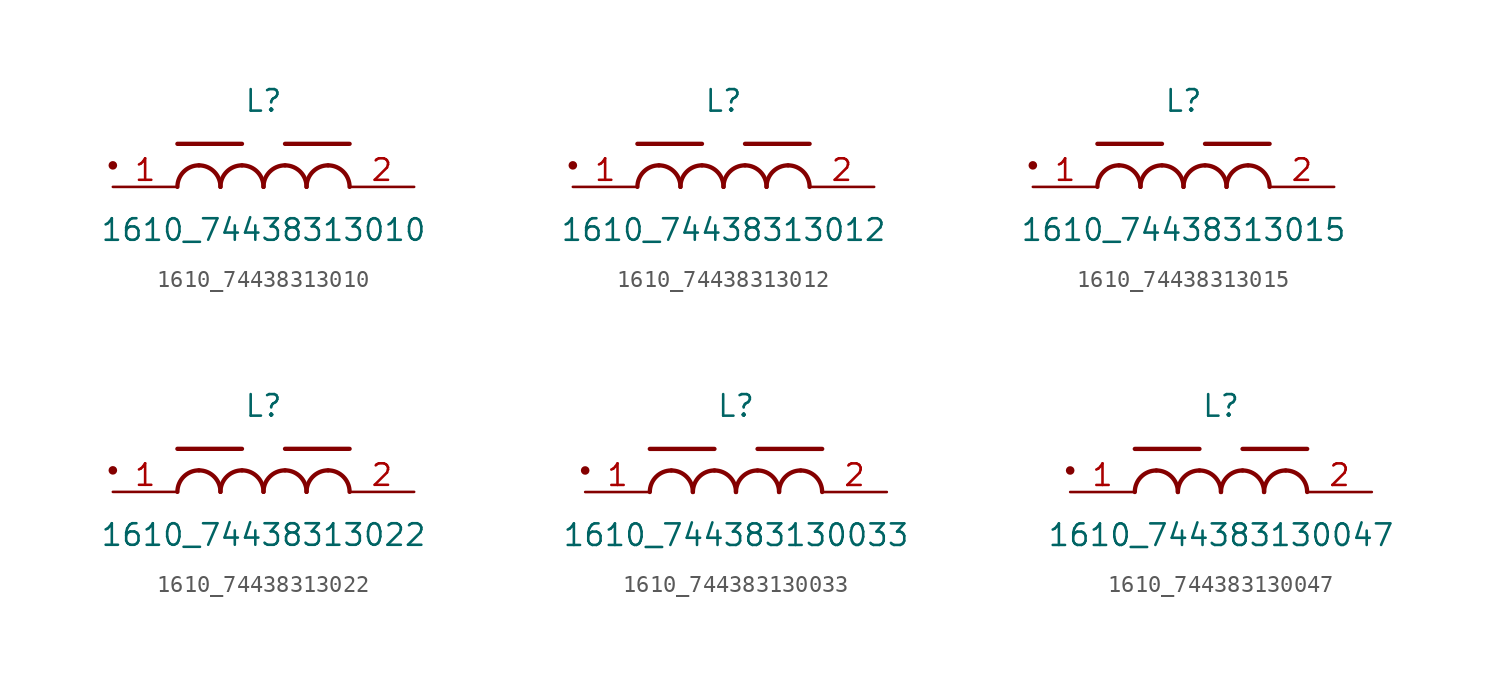
<source format=kicad_sym>
(kicad_symbol_lib
  (version 20211014)
  (generator kicad_symbol_editor)
  (symbol "Inductor_Wurth_WE-MAPI:1610_74438313010"
    (pin_names hide)
    (property "Reference" "L"
      (at 0 5.08 0)
      (effects (font (size 1.27 1.27))))
    (property "Value" "1610_74438313010"
      (at 0 -2.54 0)
      (effects (font (size 1.27 1.27))))
    (symbol "1610_74438313010_0_1"
      (circle (center -8.89 1.27) (radius 0.0001) (stroke (width 0.254)) (stroke (width 0.254) (type default) (color 0 0 0 0)) (fill (type none)))
      (arc (start -3.81 1.27) (mid -4.708 0.898) (end -5.08 0) (stroke (width 0.254) (type default) (color 0 0 0 0)) (fill (type none)))
      (arc (start -2.54 0) (mid -2.912 0.898) (end -3.81 1.27) (stroke (width 0.254) (type default) (color 0 0 0 0)) (fill (type none)))
      (arc (start -1.2699 1.2701) (mid -2.1679 0.8981) (end -2.5399 0.0001) (stroke (width 0.254) (type default) (color 0 0 0 0)) (fill (type none)))
      (polyline (pts (xy -5.08 2.54) (xy -1.27 2.54)) (stroke (width 0.254) (type default) (color 0 0 0 0)) (fill (type none)))
      (polyline (pts (xy 5.08 2.54) (xy 1.27 2.54)) (stroke (width 0.254) (type default) (color 0 0 0 0)) (fill (type none)))
      (arc (start 0.0001 0.0001) (mid -0.3719 0.8981) (end -1.2699 1.2701) (stroke (width 0.254) (type default) (color 0 0 0 0)) (fill (type none)))
      (arc (start 1.2701 1.2701) (mid 0.3721 0.8981) (end 0.0001 0.0001) (stroke (width 0.254) (type default) (color 0 0 0 0)) (fill (type none)))
      (arc (start 2.5401 0.0001) (mid 2.1681 0.8981) (end 1.2701 1.2701) (stroke (width 0.254) (type default) (color 0 0 0 0)) (fill (type none)))
      (arc (start 3.8101 1.2701) (mid 2.9121 0.8981) (end 2.5401 0.0001) (stroke (width 0.254) (type default) (color 0 0 0 0)) (fill (type none)))
      (arc (start 5.0801 0.0001) (mid 4.7081 0.8981) (end 3.8101 1.2701) (stroke (width 0.254) (type default) (color 0 0 0 0)) (fill (type none))))
    (symbol "1610_74438313010_1_1"
      (pin passive line (at -8.89 0 0) (length 3.81) (name "1" (effects (font (size 1.27 1.27)))) (number "1" (effects (font (size 1.27 1.27)))))
      (pin passive line (at 8.89 0 180) (length 3.81) (name "2" (effects (font (size 1.27 1.27)))) (number "2" (effects (font (size 1.27 1.27)))))))
  (symbol "Inductor_Wurth_WE-MAPI:1610_74438313012"
    (pin_names hide)
    (property "Reference" "L"
      (at 0 5.08 0)
      (effects (font (size 1.27 1.27))))
    (property "Value" "1610_74438313012"
      (at 0 -2.54 0)
      (effects (font (size 1.27 1.27))))
    (symbol "1610_74438313012_0_1"
      (circle (center -8.89 1.27) (radius 0.0001) (stroke (width 0.254)) (stroke (width 0.254) (type default) (color 0 0 0 0)) (fill (type none)))
      (arc (start -3.81 1.27) (mid -4.708 0.898) (end -5.08 0) (stroke (width 0.254) (type default) (color 0 0 0 0)) (fill (type none)))
      (arc (start -2.54 0) (mid -2.912 0.898) (end -3.81 1.27) (stroke (width 0.254) (type default) (color 0 0 0 0)) (fill (type none)))
      (arc (start -1.2699 1.2701) (mid -2.1679 0.8981) (end -2.5399 0.0001) (stroke (width 0.254) (type default) (color 0 0 0 0)) (fill (type none)))
      (polyline (pts (xy -5.08 2.54) (xy -1.27 2.54)) (stroke (width 0.254) (type default) (color 0 0 0 0)) (fill (type none)))
      (polyline (pts (xy 5.08 2.54) (xy 1.27 2.54)) (stroke (width 0.254) (type default) (color 0 0 0 0)) (fill (type none)))
      (arc (start 0.0001 0.0001) (mid -0.3719 0.8981) (end -1.2699 1.2701) (stroke (width 0.254) (type default) (color 0 0 0 0)) (fill (type none)))
      (arc (start 1.2701 1.2701) (mid 0.3721 0.8981) (end 0.0001 0.0001) (stroke (width 0.254) (type default) (color 0 0 0 0)) (fill (type none)))
      (arc (start 2.5401 0.0001) (mid 2.1681 0.8981) (end 1.2701 1.2701) (stroke (width 0.254) (type default) (color 0 0 0 0)) (fill (type none)))
      (arc (start 3.8101 1.2701) (mid 2.9121 0.8981) (end 2.5401 0.0001) (stroke (width 0.254) (type default) (color 0 0 0 0)) (fill (type none)))
      (arc (start 5.0801 0.0001) (mid 4.7081 0.8981) (end 3.8101 1.2701) (stroke (width 0.254) (type default) (color 0 0 0 0)) (fill (type none))))
    (symbol "1610_74438313012_1_1"
      (pin passive line (at -8.89 0 0) (length 3.81) (name "1" (effects (font (size 1.27 1.27)))) (number "1" (effects (font (size 1.27 1.27)))))
      (pin passive line (at 8.89 0 180) (length 3.81) (name "2" (effects (font (size 1.27 1.27)))) (number "2" (effects (font (size 1.27 1.27)))))))
  (symbol "Inductor_Wurth_WE-MAPI:1610_74438313015"
    (pin_names hide)
    (property "Reference" "L"
      (at 0 5.08 0)
      (effects (font (size 1.27 1.27))))
    (property "Value" "1610_74438313015"
      (at 0 -2.54 0)
      (effects (font (size 1.27 1.27))))
    (symbol "1610_74438313015_0_1"
      (circle (center -8.89 1.27) (radius 0.0001) (stroke (width 0.254)) (stroke (width 0.254) (type default) (color 0 0 0 0)) (fill (type none)))
      (arc (start -3.81 1.27) (mid -4.708 0.898) (end -5.08 0) (stroke (width 0.254) (type default) (color 0 0 0 0)) (fill (type none)))
      (arc (start -2.54 0) (mid -2.912 0.898) (end -3.81 1.27) (stroke (width 0.254) (type default) (color 0 0 0 0)) (fill (type none)))
      (arc (start -1.2699 1.2701) (mid -2.1679 0.8981) (end -2.5399 0.0001) (stroke (width 0.254) (type default) (color 0 0 0 0)) (fill (type none)))
      (polyline (pts (xy -5.08 2.54) (xy -1.27 2.54)) (stroke (width 0.254) (type default) (color 0 0 0 0)) (fill (type none)))
      (polyline (pts (xy 5.08 2.54) (xy 1.27 2.54)) (stroke (width 0.254) (type default) (color 0 0 0 0)) (fill (type none)))
      (arc (start 0.0001 0.0001) (mid -0.3719 0.8981) (end -1.2699 1.2701) (stroke (width 0.254) (type default) (color 0 0 0 0)) (fill (type none)))
      (arc (start 1.2701 1.2701) (mid 0.3721 0.8981) (end 0.0001 0.0001) (stroke (width 0.254) (type default) (color 0 0 0 0)) (fill (type none)))
      (arc (start 2.5401 0.0001) (mid 2.1681 0.8981) (end 1.2701 1.2701) (stroke (width 0.254) (type default) (color 0 0 0 0)) (fill (type none)))
      (arc (start 3.8101 1.2701) (mid 2.9121 0.8981) (end 2.5401 0.0001) (stroke (width 0.254) (type default) (color 0 0 0 0)) (fill (type none)))
      (arc (start 5.0801 0.0001) (mid 4.7081 0.8981) (end 3.8101 1.2701) (stroke (width 0.254) (type default) (color 0 0 0 0)) (fill (type none))))
    (symbol "1610_74438313015_1_1"
      (pin passive line (at -8.89 0 0) (length 3.81) (name "1" (effects (font (size 1.27 1.27)))) (number "1" (effects (font (size 1.27 1.27)))))
      (pin passive line (at 8.89 0 180) (length 3.81) (name "2" (effects (font (size 1.27 1.27)))) (number "2" (effects (font (size 1.27 1.27)))))))
  (symbol "Inductor_Wurth_WE-MAPI:1610_74438313022"
    (pin_names hide)
    (property "Reference" "L"
      (at 0 5.08 0)
      (effects (font (size 1.27 1.27))))
    (property "Value" "1610_74438313022"
      (at 0 -2.54 0)
      (effects (font (size 1.27 1.27))))
    (symbol "1610_74438313022_0_1"
      (circle (center -8.89 1.27) (radius 0.0001) (stroke (width 0.254)) (stroke (width 0.254) (type default) (color 0 0 0 0)) (fill (type none)))
      (arc (start -3.81 1.27) (mid -4.708 0.898) (end -5.08 0) (stroke (width 0.254) (type default) (color 0 0 0 0)) (fill (type none)))
      (arc (start -2.54 0) (mid -2.912 0.898) (end -3.81 1.27) (stroke (width 0.254) (type default) (color 0 0 0 0)) (fill (type none)))
      (arc (start -1.2699 1.2701) (mid -2.1679 0.8981) (end -2.5399 0.0001) (stroke (width 0.254) (type default) (color 0 0 0 0)) (fill (type none)))
      (polyline (pts (xy -5.08 2.54) (xy -1.27 2.54)) (stroke (width 0.254) (type default) (color 0 0 0 0)) (fill (type none)))
      (polyline (pts (xy 5.08 2.54) (xy 1.27 2.54)) (stroke (width 0.254) (type default) (color 0 0 0 0)) (fill (type none)))
      (arc (start 0.0001 0.0001) (mid -0.3719 0.8981) (end -1.2699 1.2701) (stroke (width 0.254) (type default) (color 0 0 0 0)) (fill (type none)))
      (arc (start 1.2701 1.2701) (mid 0.3721 0.8981) (end 0.0001 0.0001) (stroke (width 0.254) (type default) (color 0 0 0 0)) (fill (type none)))
      (arc (start 2.5401 0.0001) (mid 2.1681 0.8981) (end 1.2701 1.2701) (stroke (width 0.254) (type default) (color 0 0 0 0)) (fill (type none)))
      (arc (start 3.8101 1.2701) (mid 2.9121 0.8981) (end 2.5401 0.0001) (stroke (width 0.254) (type default) (color 0 0 0 0)) (fill (type none)))
      (arc (start 5.0801 0.0001) (mid 4.7081 0.8981) (end 3.8101 1.2701) (stroke (width 0.254) (type default) (color 0 0 0 0)) (fill (type none))))
    (symbol "1610_74438313022_1_1"
      (pin passive line (at -8.89 0 0) (length 3.81) (name "1" (effects (font (size 1.27 1.27)))) (number "1" (effects (font (size 1.27 1.27)))))
      (pin passive line (at 8.89 0 180) (length 3.81) (name "2" (effects (font (size 1.27 1.27)))) (number "2" (effects (font (size 1.27 1.27)))))))
  (symbol "Inductor_Wurth_WE-MAPI:1610_744383130033"
    (pin_names hide)
    (property "Reference" "L"
      (at 0 5.08 0)
      (effects (font (size 1.27 1.27))))
    (property "Value" "1610_744383130033"
      (at 0 -2.54 0)
      (effects (font (size 1.27 1.27))))
    (symbol "1610_744383130033_0_1"
      (circle (center -8.89 1.27) (radius 0.0001) (stroke (width 0.254)) (stroke (width 0.254) (type default) (color 0 0 0 0)) (fill (type none)))
      (arc (start -3.81 1.27) (mid -4.708 0.898) (end -5.08 0) (stroke (width 0.254) (type default) (color 0 0 0 0)) (fill (type none)))
      (arc (start -2.54 0) (mid -2.912 0.898) (end -3.81 1.27) (stroke (width 0.254) (type default) (color 0 0 0 0)) (fill (type none)))
      (arc (start -1.2699 1.2701) (mid -2.1679 0.8981) (end -2.5399 0.0001) (stroke (width 0.254) (type default) (color 0 0 0 0)) (fill (type none)))
      (polyline (pts (xy -5.08 2.54) (xy -1.27 2.54)) (stroke (width 0.254) (type default) (color 0 0 0 0)) (fill (type none)))
      (polyline (pts (xy 5.08 2.54) (xy 1.27 2.54)) (stroke (width 0.254) (type default) (color 0 0 0 0)) (fill (type none)))
      (arc (start 0.0001 0.0001) (mid -0.3719 0.8981) (end -1.2699 1.2701) (stroke (width 0.254) (type default) (color 0 0 0 0)) (fill (type none)))
      (arc (start 1.2701 1.2701) (mid 0.3721 0.8981) (end 0.0001 0.0001) (stroke (width 0.254) (type default) (color 0 0 0 0)) (fill (type none)))
      (arc (start 2.5401 0.0001) (mid 2.1681 0.8981) (end 1.2701 1.2701) (stroke (width 0.254) (type default) (color 0 0 0 0)) (fill (type none)))
      (arc (start 3.8101 1.2701) (mid 2.9121 0.8981) (end 2.5401 0.0001) (stroke (width 0.254) (type default) (color 0 0 0 0)) (fill (type none)))
      (arc (start 5.0801 0.0001) (mid 4.7081 0.8981) (end 3.8101 1.2701) (stroke (width 0.254) (type default) (color 0 0 0 0)) (fill (type none))))
    (symbol "1610_744383130033_1_1"
      (pin passive line (at -8.89 0 0) (length 3.81) (name "1" (effects (font (size 1.27 1.27)))) (number "1" (effects (font (size 1.27 1.27)))))
      (pin passive line (at 8.89 0 180) (length 3.81) (name "2" (effects (font (size 1.27 1.27)))) (number "2" (effects (font (size 1.27 1.27)))))))
  (symbol "Inductor_Wurth_WE-MAPI:1610_744383130047"
    (pin_names hide)
    (property "Reference" "L"
      (at 0 5.08 0)
      (effects (font (size 1.27 1.27))))
    (property "Value" "1610_744383130047"
      (at 0 -2.54 0)
      (effects (font (size 1.27 1.27))))
    (symbol "1610_744383130047_0_1"
      (circle (center -8.89 1.27) (radius 0.0001) (stroke (width 0.254)) (stroke (width 0.254) (type default) (color 0 0 0 0)) (fill (type none)))
      (arc (start -3.81 1.27) (mid -4.708 0.898) (end -5.08 0) (stroke (width 0.254) (type default) (color 0 0 0 0)) (fill (type none)))
      (arc (start -2.54 0) (mid -2.912 0.898) (end -3.81 1.27) (stroke (width 0.254) (type default) (color 0 0 0 0)) (fill (type none)))
      (arc (start -1.2699 1.2701) (mid -2.1679 0.8981) (end -2.5399 0.0001) (stroke (width 0.254) (type default) (color 0 0 0 0)) (fill (type none)))
      (polyline (pts (xy -5.08 2.54) (xy -1.27 2.54)) (stroke (width 0.254) (type default) (color 0 0 0 0)) (fill (type none)))
      (polyline (pts (xy 5.08 2.54) (xy 1.27 2.54)) (stroke (width 0.254) (type default) (color 0 0 0 0)) (fill (type none)))
      (arc (start 0.0001 0.0001) (mid -0.3719 0.8981) (end -1.2699 1.2701) (stroke (width 0.254) (type default) (color 0 0 0 0)) (fill (type none)))
      (arc (start 1.2701 1.2701) (mid 0.3721 0.8981) (end 0.0001 0.0001) (stroke (width 0.254) (type default) (color 0 0 0 0)) (fill (type none)))
      (arc (start 2.5401 0.0001) (mid 2.1681 0.8981) (end 1.2701 1.2701) (stroke (width 0.254) (type default) (color 0 0 0 0)) (fill (type none)))
      (arc (start 3.8101 1.2701) (mid 2.9121 0.8981) (end 2.5401 0.0001) (stroke (width 0.254) (type default) (color 0 0 0 0)) (fill (type none)))
      (arc (start 5.0801 0.0001) (mid 4.7081 0.8981) (end 3.8101 1.2701) (stroke (width 0.254) (type default) (color 0 0 0 0)) (fill (type none))))
    (symbol "1610_744383130047_1_1"
      (pin passive line (at -8.89 0 0) (length 3.81) (name "1" (effects (font (size 1.27 1.27)))) (number "1" (effects (font (size 1.27 1.27)))))
      (pin passive line (at 8.89 0 180) (length 3.81) (name "2" (effects (font (size 1.27 1.27)))) (number "2" (effects (font (size 1.27 1.27))))))))
</source>
